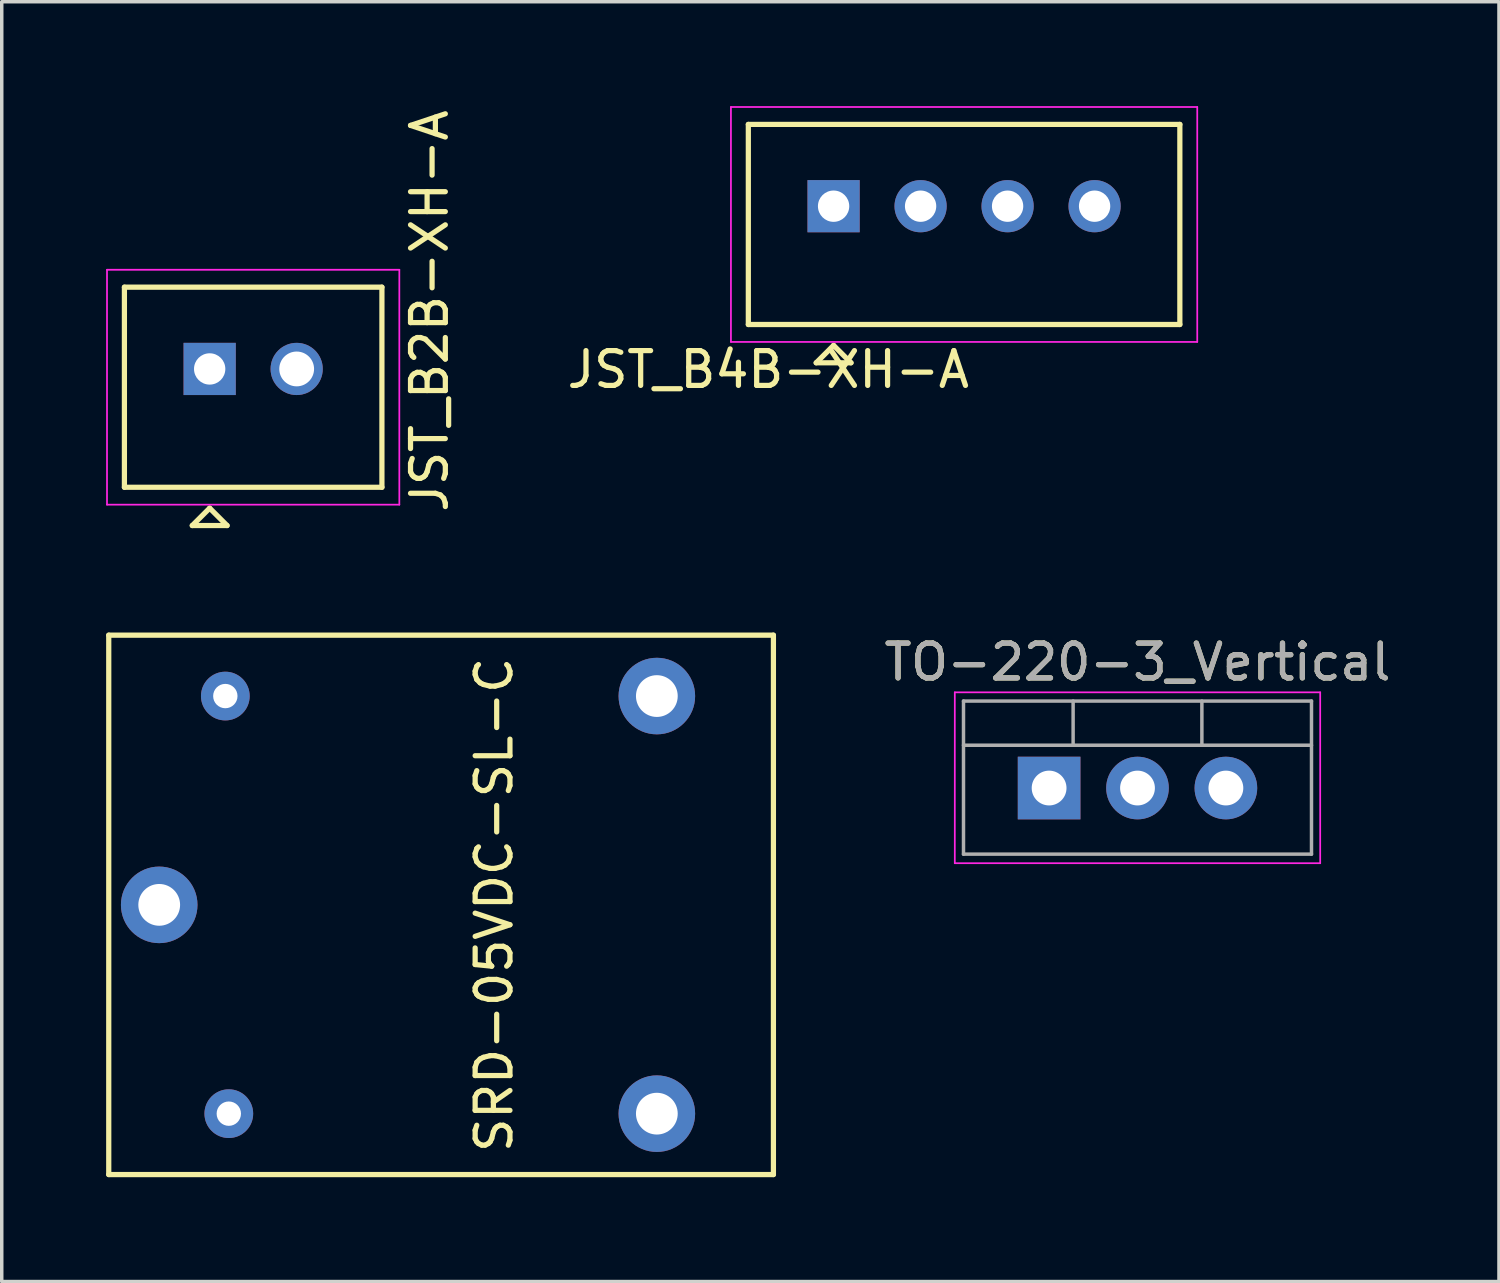
<source format=kicad_pcb>
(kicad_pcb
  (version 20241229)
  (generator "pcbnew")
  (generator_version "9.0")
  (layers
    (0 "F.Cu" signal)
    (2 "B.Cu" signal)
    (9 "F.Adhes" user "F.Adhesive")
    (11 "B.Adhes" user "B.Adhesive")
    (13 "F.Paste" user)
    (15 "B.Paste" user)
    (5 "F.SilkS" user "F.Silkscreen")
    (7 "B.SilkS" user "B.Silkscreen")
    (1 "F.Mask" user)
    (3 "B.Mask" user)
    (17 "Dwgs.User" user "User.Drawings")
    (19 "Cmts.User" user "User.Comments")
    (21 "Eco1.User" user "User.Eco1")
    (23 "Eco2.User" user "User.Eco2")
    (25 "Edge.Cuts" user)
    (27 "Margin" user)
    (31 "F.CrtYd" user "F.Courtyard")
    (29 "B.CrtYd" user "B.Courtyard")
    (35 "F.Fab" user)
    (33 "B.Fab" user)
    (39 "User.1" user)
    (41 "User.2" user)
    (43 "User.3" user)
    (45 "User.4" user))
  (footprint "JST_B2B-XH-A"
    (layer "F.Cu")
    (at 2.975 7.552)
    (property "Reference" "JST_B2B-XH-A" (at 6.317 -1.665 90) (layer "F.SilkS") (effects (font (size 1 1) (thickness 0.15))))
    (attr through_hole)
    (fp_line (start -2.45 -2.35) (end -2.45 3.4) (stroke (width 0.15) (type solid)) (layer "F.SilkS"))
    (fp_line (start -2.45 -2.35) (end 4.95 -2.35) (stroke (width 0.15) (type solid)) (layer "F.SilkS"))
    (fp_line (start -2.45 3.4) (end 4.95 3.4) (stroke (width 0.15) (type solid)) (layer "F.SilkS"))
    (fp_line (start -0.5 4.5) (end 0.5 4.5) (stroke (width 0.15) (type solid)) (layer "F.SilkS"))
    (fp_line (start 0 4) (end -0.5 4.5) (stroke (width 0.15) (type solid)) (layer "F.SilkS"))
    (fp_line (start 0 4) (end 0.5 4.5) (stroke (width 0.15) (type solid)) (layer "F.SilkS"))
    (fp_line (start 4.95 -2.35) (end 4.95 3.4) (stroke (width 0.15) (type solid)) (layer "F.SilkS"))
    (fp_line (start -2.95 -2.85) (end -2.95 3.9) (stroke (width 0.05) (type solid)) (layer "F.CrtYd"))
    (fp_line (start -2.95 -2.85) (end 5.45 -2.85) (stroke (width 0.05) (type solid)) (layer "F.CrtYd"))
    (fp_line (start -2.95 3.9) (end 5.45 3.9) (stroke (width 0.05) (type solid)) (layer "F.CrtYd"))
    (fp_line (start 5.45 -2.85) (end 5.45 3.9) (stroke (width 0.05) (type solid)) (layer "F.CrtYd"))
    (pad "1" thru_hole rect (at 0 0) (size 1.5 1.5) (drill 0.9) (layers "*.Cu" "*.Mask"))
    (pad "2" thru_hole circle (at 2.5 0) (size 1.5 1.5) (drill 1) (layers "*.Cu" "*.Mask")))
  (footprint "SRD-05VDC-SL-C"
    (layer "F.Cu")
    (at 9.625 22.952)
    (property "Reference" "SRD-05VDC-SL-C" (at 1.524 0 90) (layer "F.SilkS") (effects (font (size 1 1) (thickness 0.15))))
    (attr through_hole)
    (fp_line (start -9.55 -7.75) (end -9.55 7.75) (stroke (width 0.15) (type solid)) (layer "F.SilkS"))
    (fp_line (start -9.55 -7.75) (end 9.55 -7.75) (stroke (width 0.15) (type solid)) (layer "F.SilkS"))
    (fp_line (start -9.55 7.75) (end 9.55 7.75) (stroke (width 0.15) (type solid)) (layer "F.SilkS"))
    (fp_line (start 9.55 -7.75) (end 9.55 7.75) (stroke (width 0.15) (type solid)) (layer "F.SilkS"))
    (pad "1" thru_hole circle (at -6.2 -6) (size 1.4 1.4) (drill 0.7) (layers "*.Cu" "*.Mask"))
    (pad "2" thru_hole circle (at -6.1 6) (size 1.4 1.4) (drill 0.7) (layers "*.Cu" "*.Mask"))
    (pad "3" thru_hole circle (at -8.1 0) (size 2.2 2.2) (drill 1.2) (layers "*.Cu" "*.Mask"))
    (pad "4" thru_hole circle (at 6.2 -6) (size 2.2 2.2) (drill 1.2) (layers "*.Cu" "*.Mask"))
    (pad "5" thru_hole circle (at 6.2 6) (size 2.2 2.2) (drill 1.2) (layers "*.Cu" "*.Mask")))
  (footprint "JST_B4B-XH-A"
    (layer "F.Cu")
    (at 20.904 2.875)
    (property "Reference" "JST_B4B-XH-A" (at -1.877 4.695 0) (layer "F.SilkS") (effects (font (size 1 1) (thickness 0.15))))
    (attr through_hole)
    (fp_line (start -2.45 -2.35) (end -2.45 3.4) (stroke (width 0.15) (type solid)) (layer "F.SilkS"))
    (fp_line (start -2.45 -2.35) (end 9.95 -2.35) (stroke (width 0.15) (type solid)) (layer "F.SilkS"))
    (fp_line (start -2.45 3.4) (end 9.95 3.4) (stroke (width 0.15) (type solid)) (layer "F.SilkS"))
    (fp_line (start -0.5 4.5) (end 0.5 4.5) (stroke (width 0.15) (type solid)) (layer "F.SilkS"))
    (fp_line (start 0 4) (end -0.5 4.5) (stroke (width 0.15) (type solid)) (layer "F.SilkS"))
    (fp_line (start 0 4) (end 0.5 4.5) (stroke (width 0.15) (type solid)) (layer "F.SilkS"))
    (fp_line (start 9.95 -2.35) (end 9.95 3.4) (stroke (width 0.15) (type solid)) (layer "F.SilkS"))
    (fp_line (start -2.95 -2.85) (end -2.95 3.9) (stroke (width 0.05) (type solid)) (layer "F.CrtYd"))
    (fp_line (start -2.95 -2.85) (end 10.45 -2.85) (stroke (width 0.05) (type solid)) (layer "F.CrtYd"))
    (fp_line (start -2.95 3.9) (end 10.45 3.9) (stroke (width 0.05) (type solid)) (layer "F.CrtYd"))
    (fp_line (start 10.45 -2.85) (end 10.45 3.9) (stroke (width 0.05) (type solid)) (layer "F.CrtYd"))
    (pad "1" thru_hole rect (at 0 0) (size 1.5 1.5) (drill 0.9) (layers "*.Cu" "*.Mask"))
    (pad "2" thru_hole circle (at 2.5 0) (size 1.5 1.5) (drill 0.9) (layers "*.Cu" "*.Mask"))
    (pad "3" thru_hole circle (at 5 0) (size 1.5 1.5) (drill 0.9) (layers "*.Cu" "*.Mask"))
    (pad "4" thru_hole circle (at 7.5 0) (size 1.5 1.5) (drill 0.9) (layers "*.Cu" "*.Mask")))
  (footprint "TO-220-3_Vertical"
    (layer "F.Cu")
    (at 27.097 19.595)
    (property "Reference" "TO-220-3_Vertical" (at 2.54 -3.62 0) (layer "F.SilkS") (effects (font (size 1 1) (thickness 0.15))))
    (attr through_hole)
    (fp_line (start -2.71 -2.75) (end -2.71 2.16) (stroke (width 0.05) (type solid)) (layer "F.CrtYd"))
    (fp_line (start -2.71 2.16) (end 7.79 2.16) (stroke (width 0.05) (type solid)) (layer "F.CrtYd"))
    (fp_line (start 7.79 -2.75) (end -2.71 -2.75) (stroke (width 0.05) (type solid)) (layer "F.CrtYd"))
    (fp_line (start 7.79 2.16) (end 7.79 -2.75) (stroke (width 0.05) (type solid)) (layer "F.CrtYd"))
    (fp_line (start -2.46 -2.5) (end -2.46 1.9) (stroke (width 0.1) (type solid)) (layer "F.Fab"))
    (fp_line (start -2.46 -1.23) (end 7.54 -1.23) (stroke (width 0.1) (type solid)) (layer "F.Fab"))
    (fp_line (start -2.46 1.9) (end 7.54 1.9) (stroke (width 0.1) (type solid)) (layer "F.Fab"))
    (fp_line (start 0.69 -2.5) (end 0.69 -1.23) (stroke (width 0.1) (type solid)) (layer "F.Fab"))
    (fp_line (start 4.39 -2.5) (end 4.39 -1.23) (stroke (width 0.1) (type solid)) (layer "F.Fab"))
    (fp_line (start 7.54 -2.5) (end -2.46 -2.5) (stroke (width 0.1) (type solid)) (layer "F.Fab"))
    (fp_line (start 7.54 1.9) (end 7.54 -2.5) (stroke (width 0.1) (type solid)) (layer "F.Fab"))
    (fp_text user "${REFERENCE}" (at 2.54 -3.62 0) (layer "F.Fab") (effects (font (size 1 1) (thickness 0.15))))
    (pad "1" thru_hole rect (at 0 0) (size 1.8 1.8) (drill 1) (layers "*.Cu" "*.Mask"))
    (pad "2" thru_hole oval (at 2.54 0) (size 1.8 1.8) (drill 1) (layers "*.Cu" "*.Mask"))
    (pad "3" thru_hole oval (at 5.08 0) (size 1.8 1.8) (drill 1) (layers "*.Cu" "*.Mask")))
  (gr_rect
    (start -3 -3)
    (end 40.024 33.777)
    (stroke (width 0.1) (type default))
    (fill no)
    (layer "Edge.Cuts")))
</source>
